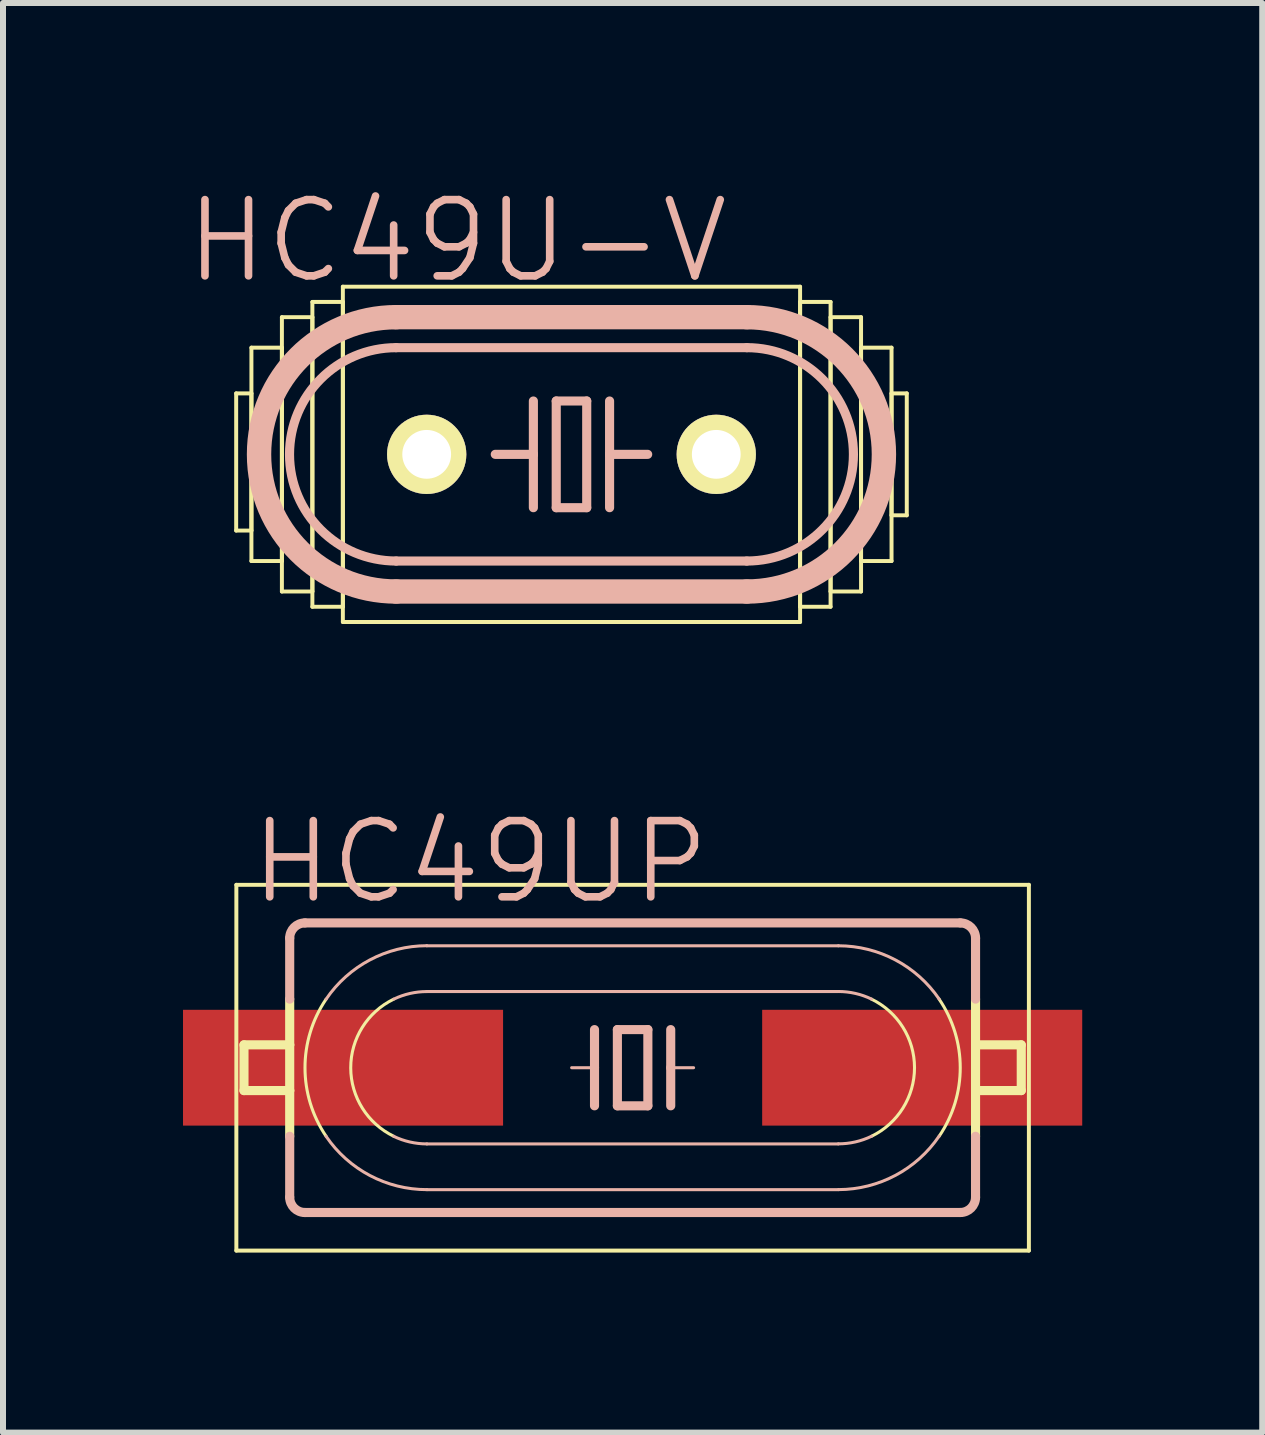
<source format=kicad_pcb>
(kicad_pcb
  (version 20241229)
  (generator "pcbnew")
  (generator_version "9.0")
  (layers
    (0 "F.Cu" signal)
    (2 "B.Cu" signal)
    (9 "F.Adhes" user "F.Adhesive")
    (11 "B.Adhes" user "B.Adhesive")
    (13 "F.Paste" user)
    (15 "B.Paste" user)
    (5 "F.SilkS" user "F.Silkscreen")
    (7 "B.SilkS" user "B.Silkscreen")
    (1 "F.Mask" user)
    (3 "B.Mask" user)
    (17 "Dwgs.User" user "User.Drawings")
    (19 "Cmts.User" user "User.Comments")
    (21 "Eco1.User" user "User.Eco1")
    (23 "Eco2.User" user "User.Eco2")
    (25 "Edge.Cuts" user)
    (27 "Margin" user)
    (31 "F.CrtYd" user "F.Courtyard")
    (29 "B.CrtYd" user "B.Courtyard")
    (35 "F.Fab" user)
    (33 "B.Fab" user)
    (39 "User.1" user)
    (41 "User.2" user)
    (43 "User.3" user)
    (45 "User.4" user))
  (footprint "HC49UP"
    (layer "F.Cu")
    (at 7.493 14.744)
    (property "Reference" "HC49UP" (at -2.54 -3.429 0) (layer "B.SilkS") (effects (font (size 1.27 1.27) (thickness 0.127))))
    (attr smd)
    (fp_line (start -6.604 -3.048) (end 6.604 -3.048) (stroke (width 0.066) (type solid)) (layer "F.SilkS"))
    (fp_line (start -6.604 3.048) (end -6.604 -3.048) (stroke (width 0.066) (type solid)) (layer "F.SilkS"))
    (fp_line (start -6.604 3.048) (end 6.604 3.048) (stroke (width 0.066) (type solid)) (layer "F.SilkS"))
    (fp_line (start -6.477 0.381) (end -6.477 -0.381) (stroke (width 0.152) (type solid)) (layer "F.SilkS"))
    (fp_line (start -5.715 -0.381) (end -6.477 -0.381) (stroke (width 0.152) (type solid)) (layer "F.SilkS"))
    (fp_line (start -5.715 -0.381) (end -5.715 -1.143) (stroke (width 0.152) (type solid)) (layer "F.SilkS"))
    (fp_line (start -5.715 0.381) (end -6.477 0.381) (stroke (width 0.152) (type solid)) (layer "F.SilkS"))
    (fp_line (start -5.715 0.381) (end -5.715 -0.381) (stroke (width 0.152) (type solid)) (layer "F.SilkS"))
    (fp_line (start -5.715 1.143) (end -5.715 0.381) (stroke (width 0.152) (type solid)) (layer "F.SilkS"))
    (fp_line (start 5.715 -0.381) (end 6.477 -0.381) (stroke (width 0.152) (type solid)) (layer "F.SilkS"))
    (fp_line (start 5.715 0.381) (end 6.477 0.381) (stroke (width 0.152) (type solid)) (layer "F.SilkS"))
    (fp_line (start 5.715 1.143) (end 5.715 -1.143) (stroke (width 0.152) (type solid)) (layer "F.SilkS"))
    (fp_line (start 6.477 0.381) (end 6.477 -0.381) (stroke (width 0.152) (type solid)) (layer "F.SilkS"))
    (fp_line (start 6.604 3.048) (end 6.604 -3.048) (stroke (width 0.066) (type solid)) (layer "F.SilkS"))
    (fp_arc (start -5.10794 1.143) (mid -5.46008 0.001649) (end -5.109794 -1.140273) (stroke (width 0.0508) (type solid)) (layer "F.SilkS"))
    (fp_arc (start -3.98018 1.143) (mid -4.697953 0.002339) (end -3.98439 -1.14096) (stroke (width 0.0508) (type solid)) (layer "F.SilkS"))
    (fp_arc (start 3.98018 -1.143) (mid 4.697953 -0.002339) (end 3.98439 1.14096) (stroke (width 0.0508) (type solid)) (layer "F.SilkS"))
    (fp_arc (start 5.10794 -1.143) (mid 5.46008 -0.001649) (end 5.109794 1.140273) (stroke (width 0.0508) (type solid)) (layer "F.SilkS"))
    (fp_line (start -5.715 -1.143) (end -5.715 -2.159) (stroke (width 0.152) (type solid)) (layer "B.SilkS"))
    (fp_line (start -5.715 2.159) (end -5.715 1.143) (stroke (width 0.152) (type solid)) (layer "B.SilkS"))
    (fp_line (start -3.429 -2.032) (end 3.429 -2.032) (stroke (width 0.051) (type solid)) (layer "B.SilkS"))
    (fp_line (start -3.429 -1.27) (end 3.429 -1.27) (stroke (width 0.051) (type solid)) (layer "B.SilkS"))
    (fp_line (start -0.635 -0.635) (end -0.635 0) (stroke (width 0.152) (type solid)) (layer "B.SilkS"))
    (fp_line (start -0.635 0) (end -1.016 0) (stroke (width 0.051) (type solid)) (layer "B.SilkS"))
    (fp_line (start -0.635 0) (end -0.635 0.635) (stroke (width 0.152) (type solid)) (layer "B.SilkS"))
    (fp_line (start -0.254 -0.635) (end -0.254 0.635) (stroke (width 0.152) (type solid)) (layer "B.SilkS"))
    (fp_line (start -0.254 0.635) (end 0.254 0.635) (stroke (width 0.152) (type solid)) (layer "B.SilkS"))
    (fp_line (start 0.254 -0.635) (end -0.254 -0.635) (stroke (width 0.152) (type solid)) (layer "B.SilkS"))
    (fp_line (start 0.254 0.635) (end 0.254 -0.635) (stroke (width 0.152) (type solid)) (layer "B.SilkS"))
    (fp_line (start 0.635 -0.635) (end 0.635 0) (stroke (width 0.152) (type solid)) (layer "B.SilkS"))
    (fp_line (start 0.635 0) (end 0.635 0.635) (stroke (width 0.152) (type solid)) (layer "B.SilkS"))
    (fp_line (start 0.635 0) (end 1.016 0) (stroke (width 0.051) (type solid)) (layer "B.SilkS"))
    (fp_line (start 3.429 1.27) (end -3.429 1.27) (stroke (width 0.051) (type solid)) (layer "B.SilkS"))
    (fp_line (start 3.429 2.032) (end -3.429 2.032) (stroke (width 0.051) (type solid)) (layer "B.SilkS"))
    (fp_line (start 5.461 -2.413) (end -5.461 -2.413) (stroke (width 0.152) (type solid)) (layer "B.SilkS"))
    (fp_line (start 5.461 2.413) (end -5.461 2.413) (stroke (width 0.152) (type solid)) (layer "B.SilkS"))
    (fp_line (start 5.715 -1.143) (end 5.715 -2.159) (stroke (width 0.152) (type solid)) (layer "B.SilkS"))
    (fp_line (start 5.715 2.159) (end 5.715 1.143) (stroke (width 0.152) (type solid)) (layer "B.SilkS"))
    (fp_arc (start -5.715 -2.159) (mid -5.640605 -2.338605) (end -5.461 -2.413) (stroke (width 0.1524) (type solid)) (layer "B.SilkS"))
    (fp_arc (start -5.461 2.413) (mid -5.640605 2.338605) (end -5.715 2.159) (stroke (width 0.1524) (type solid)) (layer "B.SilkS"))
    (fp_arc (start -5.10794 -1.143) (mid -4.379218 -1.796128) (end -3.429787 -2.033178) (stroke (width 0.0508) (type solid)) (layer "B.SilkS"))
    (fp_arc (start -3.98018 -1.143) (mid -3.711094 -1.237203) (end -3.427769 -1.268955) (stroke (width 0.0508) (type solid)) (layer "B.SilkS"))
    (fp_arc (start -3.429 1.27) (mid -3.712527 1.237947) (end -3.981743 1.143405) (stroke (width 0.0508) (type solid)) (layer "B.SilkS"))
    (fp_arc (start -3.429 2.032) (mid -4.378266 1.796641) (end -5.107632 1.145085) (stroke (width 0.0508) (type solid)) (layer "B.SilkS"))
    (fp_arc (start 3.429 -2.032) (mid 4.378266 -1.796641) (end 5.107632 -1.145085) (stroke (width 0.0508) (type solid)) (layer "B.SilkS"))
    (fp_arc (start 3.429 -1.27) (mid 3.712527 -1.237947) (end 3.981743 -1.143405) (stroke (width 0.0508) (type solid)) (layer "B.SilkS"))
    (fp_arc (start 3.98018 1.143) (mid 3.711094 1.237203) (end 3.427769 1.268955) (stroke (width 0.0508) (type solid)) (layer "B.SilkS"))
    (fp_arc (start 5.10794 1.14046) (mid 4.380405 1.793882) (end 3.431886 2.031747) (stroke (width 0.0508) (type solid)) (layer "B.SilkS"))
    (fp_arc (start 5.461 -2.413) (mid 5.640605 -2.338605) (end 5.715 -2.159) (stroke (width 0.1524) (type solid)) (layer "B.SilkS"))
    (fp_arc (start 5.715 2.159) (mid 5.640605 2.338605) (end 5.461 2.413) (stroke (width 0.1524) (type solid)) (layer "B.SilkS"))
    (pad "1" smd rect (at -4.826 0) (size 5.334 1.93) (layers "F.Cu" "F.Mask" "F.Paste"))
    (pad "2" smd rect (at 4.826 0) (size 5.334 1.93) (layers "F.Cu" "F.Mask" "F.Paste")))
  (footprint "HC49U-V"
    (layer "F.Cu")
    (at 6.474 4.522)
    (property "Reference" "HC49U-V" (at -1.905 -3.556 0) (layer "B.SilkS") (effects (font (size 1.27 1.27) (thickness 0.127))))
    (attr exclude_from_pos_files exclude_from_bom)
    (fp_line (start -5.588 -1.016) (end -5.334 -1.016) (stroke (width 0.066) (type solid)) (layer "F.SilkS"))
    (fp_line (start -5.588 1.27) (end -5.588 -1.016) (stroke (width 0.066) (type solid)) (layer "F.SilkS"))
    (fp_line (start -5.588 1.27) (end -5.334 1.27) (stroke (width 0.066) (type solid)) (layer "F.SilkS"))
    (fp_line (start -5.334 -1.778) (end -4.826 -1.778) (stroke (width 0.066) (type solid)) (layer "F.SilkS"))
    (fp_line (start -5.334 1.27) (end -5.334 -1.016) (stroke (width 0.066) (type solid)) (layer "F.SilkS"))
    (fp_line (start -5.334 1.778) (end -5.334 -1.778) (stroke (width 0.066) (type solid)) (layer "F.SilkS"))
    (fp_line (start -5.334 1.778) (end -4.826 1.778) (stroke (width 0.066) (type solid)) (layer "F.SilkS"))
    (fp_line (start -4.826 -2.286) (end -4.318 -2.286) (stroke (width 0.066) (type solid)) (layer "F.SilkS"))
    (fp_line (start -4.826 1.778) (end -4.826 -1.778) (stroke (width 0.066) (type solid)) (layer "F.SilkS"))
    (fp_line (start -4.826 2.286) (end -4.826 -2.286) (stroke (width 0.066) (type solid)) (layer "F.SilkS"))
    (fp_line (start -4.826 2.286) (end -4.318 2.286) (stroke (width 0.066) (type solid)) (layer "F.SilkS"))
    (fp_line (start -4.318 -2.54) (end -3.81 -2.54) (stroke (width 0.066) (type solid)) (layer "F.SilkS"))
    (fp_line (start -4.318 2.286) (end -4.318 -2.286) (stroke (width 0.066) (type solid)) (layer "F.SilkS"))
    (fp_line (start -4.318 2.54) (end -4.318 -2.54) (stroke (width 0.066) (type solid)) (layer "F.SilkS"))
    (fp_line (start -4.318 2.54) (end -3.81 2.54) (stroke (width 0.066) (type solid)) (layer "F.SilkS"))
    (fp_line (start -3.81 -2.794) (end 3.81 -2.794) (stroke (width 0.066) (type solid)) (layer "F.SilkS"))
    (fp_line (start -3.81 2.54) (end -3.81 -2.54) (stroke (width 0.066) (type solid)) (layer "F.SilkS"))
    (fp_line (start -3.81 2.794) (end -3.81 -2.794) (stroke (width 0.066) (type solid)) (layer "F.SilkS"))
    (fp_line (start -3.81 2.794) (end 3.81 2.794) (stroke (width 0.066) (type solid)) (layer "F.SilkS"))
    (fp_line (start 3.81 -2.54) (end 4.318 -2.54) (stroke (width 0.066) (type solid)) (layer "F.SilkS"))
    (fp_line (start 3.81 2.54) (end 3.81 -2.54) (stroke (width 0.066) (type solid)) (layer "F.SilkS"))
    (fp_line (start 3.81 2.54) (end 4.318 2.54) (stroke (width 0.066) (type solid)) (layer "F.SilkS"))
    (fp_line (start 3.81 2.794) (end 3.81 -2.794) (stroke (width 0.066) (type solid)) (layer "F.SilkS"))
    (fp_line (start 4.318 -2.286) (end 4.826 -2.286) (stroke (width 0.066) (type solid)) (layer "F.SilkS"))
    (fp_line (start 4.318 2.286) (end 4.318 -2.286) (stroke (width 0.066) (type solid)) (layer "F.SilkS"))
    (fp_line (start 4.318 2.286) (end 4.826 2.286) (stroke (width 0.066) (type solid)) (layer "F.SilkS"))
    (fp_line (start 4.318 2.54) (end 4.318 -2.54) (stroke (width 0.066) (type solid)) (layer "F.SilkS"))
    (fp_line (start 4.826 -1.778) (end 5.334 -1.778) (stroke (width 0.066) (type solid)) (layer "F.SilkS"))
    (fp_line (start 4.826 1.778) (end 4.826 -1.778) (stroke (width 0.066) (type solid)) (layer "F.SilkS"))
    (fp_line (start 4.826 1.778) (end 5.334 1.778) (stroke (width 0.066) (type solid)) (layer "F.SilkS"))
    (fp_line (start 4.826 2.286) (end 4.826 -2.286) (stroke (width 0.066) (type solid)) (layer "F.SilkS"))
    (fp_line (start 5.334 -1.016) (end 5.588 -1.016) (stroke (width 0.066) (type solid)) (layer "F.SilkS"))
    (fp_line (start 5.334 1.016) (end 5.334 -1.016) (stroke (width 0.066) (type solid)) (layer "F.SilkS"))
    (fp_line (start 5.334 1.016) (end 5.588 1.016) (stroke (width 0.066) (type solid)) (layer "F.SilkS"))
    (fp_line (start 5.334 1.778) (end 5.334 -1.778) (stroke (width 0.066) (type solid)) (layer "F.SilkS"))
    (fp_line (start 5.588 1.016) (end 5.588 -1.016) (stroke (width 0.066) (type solid)) (layer "F.SilkS"))
    (fp_line (start -2.921 -2.286) (end 2.921 -2.286) (stroke (width 0.406) (type solid)) (layer "B.SilkS"))
    (fp_line (start -2.921 1.778) (end 2.921 1.778) (stroke (width 0.152) (type solid)) (layer "B.SilkS"))
    (fp_line (start -2.921 2.286) (end 2.921 2.286) (stroke (width 0.406) (type solid)) (layer "B.SilkS"))
    (fp_line (start -0.635 -0.889) (end -0.635 0) (stroke (width 0.152) (type solid)) (layer "B.SilkS"))
    (fp_line (start -0.635 0) (end -1.27 0) (stroke (width 0.152) (type solid)) (layer "B.SilkS"))
    (fp_line (start -0.635 0) (end -0.635 0.889) (stroke (width 0.152) (type solid)) (layer "B.SilkS"))
    (fp_line (start -0.254 -0.889) (end 0.254 -0.889) (stroke (width 0.152) (type solid)) (layer "B.SilkS"))
    (fp_line (start -0.254 0.889) (end -0.254 -0.889) (stroke (width 0.152) (type solid)) (layer "B.SilkS"))
    (fp_line (start 0.254 -0.889) (end 0.254 0.889) (stroke (width 0.152) (type solid)) (layer "B.SilkS"))
    (fp_line (start 0.254 0.889) (end -0.254 0.889) (stroke (width 0.152) (type solid)) (layer "B.SilkS"))
    (fp_line (start 0.635 -0.889) (end 0.635 0) (stroke (width 0.152) (type solid)) (layer "B.SilkS"))
    (fp_line (start 0.635 0) (end 0.635 0.889) (stroke (width 0.152) (type solid)) (layer "B.SilkS"))
    (fp_line (start 0.635 0) (end 1.27 0) (stroke (width 0.152) (type solid)) (layer "B.SilkS"))
    (fp_line (start 2.921 -1.778) (end -2.921 -1.778) (stroke (width 0.152) (type solid)) (layer "B.SilkS"))
    (fp_arc (start -2.921 1.778) (mid -4.699 0) (end -2.921 -1.778) (stroke (width 0.1524) (type solid)) (layer "B.SilkS"))
    (fp_arc (start -2.921 2.286) (mid -5.207 0) (end -2.921 -2.286) (stroke (width 0.4064) (type solid)) (layer "B.SilkS"))
    (fp_arc (start 2.921 -2.286) (mid 5.207 0) (end 2.921 2.286) (stroke (width 0.4064) (type solid)) (layer "B.SilkS"))
    (fp_arc (start 2.921 -1.778) (mid 4.699 0) (end 2.921 1.778) (stroke (width 0.1524) (type solid)) (layer "B.SilkS"))
    (pad "1" thru_hole circle (at -2.413 0) (size 1.321 1.321) (drill 0.813) (layers "*.Cu" "F.Mask" "F.SilkS" "F.Paste"))
    (pad "2" thru_hole circle (at 2.413 0) (size 1.321 1.321) (drill 0.813) (layers "*.Cu" "F.Mask" "F.SilkS" "F.Paste")))
  (gr_rect
    (start -3 -3)
    (end 17.986 20.825)
    (stroke (width 0.1) (type default))
    (fill no)
    (layer "Edge.Cuts")))
</source>
